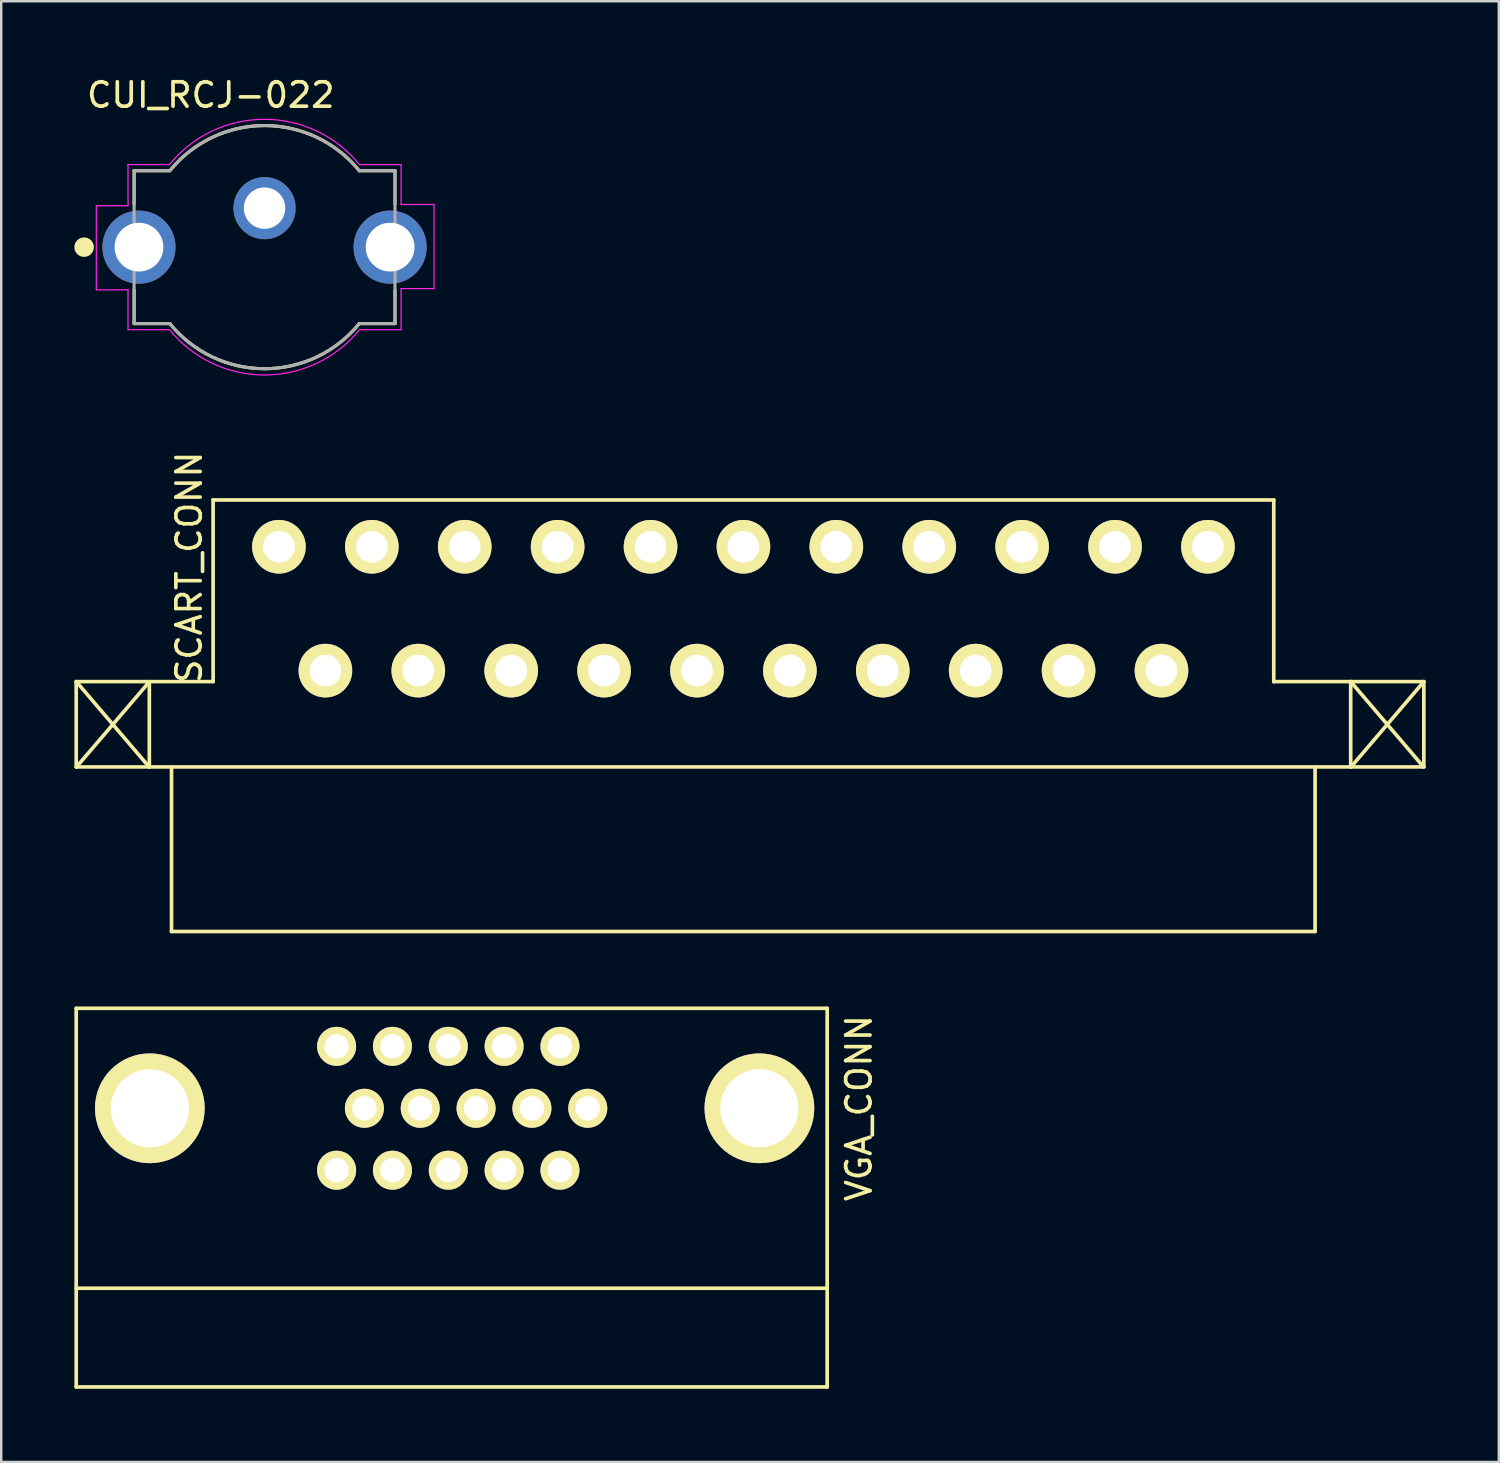
<source format=kicad_pcb>
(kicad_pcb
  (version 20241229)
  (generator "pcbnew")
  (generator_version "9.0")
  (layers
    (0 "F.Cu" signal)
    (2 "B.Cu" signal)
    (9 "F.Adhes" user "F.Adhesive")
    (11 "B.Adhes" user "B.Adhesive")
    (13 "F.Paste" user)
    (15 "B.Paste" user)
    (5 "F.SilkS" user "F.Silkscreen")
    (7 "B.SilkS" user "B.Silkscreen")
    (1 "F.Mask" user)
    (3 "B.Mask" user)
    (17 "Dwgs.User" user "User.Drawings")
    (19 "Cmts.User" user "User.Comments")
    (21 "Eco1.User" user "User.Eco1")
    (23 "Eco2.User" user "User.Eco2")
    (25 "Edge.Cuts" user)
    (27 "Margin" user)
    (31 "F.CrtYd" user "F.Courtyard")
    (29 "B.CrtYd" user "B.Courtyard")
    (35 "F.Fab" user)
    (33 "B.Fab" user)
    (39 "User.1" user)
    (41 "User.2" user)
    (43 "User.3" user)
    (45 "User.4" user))
  (footprint "CUI_RCJ-022"
    (layer "F.Cu")
    (at 7.8 7.086)
    (property "Reference" "CUI_RCJ-022" (at -2.206 -6.237 0) (layer "F.SilkS") (effects (font (size 1 1) (thickness 0.15))))
    (attr through_hole)
    (fp_line (start -5.35 -3.135) (end -5.35 -1.765) (stroke (width 0.127) (type solid)) (layer "F.SilkS"))
    (fp_line (start -5.35 1.765) (end -5.35 3.135) (stroke (width 0.127) (type solid)) (layer "F.SilkS"))
    (fp_line (start -3.884 -3.135) (end -5.35 -3.135) (stroke (width 0.127) (type solid)) (layer "F.SilkS"))
    (fp_line (start -3.884 3.135) (end -5.35 3.135) (stroke (width 0.127) (type solid)) (layer "F.SilkS"))
    (fp_line (start 5.35 -3.135) (end 3.884 -3.135) (stroke (width 0.127) (type solid)) (layer "F.SilkS"))
    (fp_line (start 5.35 -3.135) (end 5.35 -1.765) (stroke (width 0.127) (type solid)) (layer "F.SilkS"))
    (fp_line (start 5.35 1.765) (end 5.35 3.135) (stroke (width 0.127) (type solid)) (layer "F.SilkS"))
    (fp_line (start 5.35 3.135) (end 3.884 3.135) (stroke (width 0.127) (type solid)) (layer "F.SilkS"))
    (fp_arc (start -3.884 -3.135) (mid 0 -4.986221) (end 3.884 -3.135) (stroke (width 0.127) (type solid)) (layer "F.SilkS"))
    (fp_arc (start 3.884 3.135) (mid 0 4.986221) (end -3.884 3.135) (stroke (width 0.127) (type solid)) (layer "F.SilkS"))
    (fp_circle (center -7.4 0) (end -7.2 0) (stroke (width 0.4) (type solid)) (fill no) (layer "F.SilkS"))
    (fp_line (start -6.9 -1.7) (end -6.9 1.75) (stroke (width 0.05) (type solid)) (layer "F.CrtYd"))
    (fp_line (start -6.9 1.75) (end -5.6 1.75) (stroke (width 0.05) (type solid)) (layer "F.CrtYd"))
    (fp_line (start -5.6 -3.385) (end -5.605 -3.385) (stroke (width 0.05) (type solid)) (layer "F.CrtYd"))
    (fp_line (start -5.6 -3.385) (end -5.6 -1.7) (stroke (width 0.05) (type solid)) (layer "F.CrtYd"))
    (fp_line (start -5.6 -1.7) (end -6.9 -1.7) (stroke (width 0.05) (type solid)) (layer "F.CrtYd"))
    (fp_line (start -5.6 1.75) (end -5.6 3.385) (stroke (width 0.05) (type solid)) (layer "F.CrtYd"))
    (fp_line (start -3.903 -3.385) (end -5.6 -3.385) (stroke (width 0.05) (type solid)) (layer "F.CrtYd"))
    (fp_line (start -3.901 3.385) (end -5.6 3.385) (stroke (width 0.05) (type solid)) (layer "F.CrtYd"))
    (fp_line (start 5.6 -3.385) (end 3.895 -3.385) (stroke (width 0.05) (type solid)) (layer "F.CrtYd"))
    (fp_line (start 5.6 -1.75) (end 5.6 -3.385) (stroke (width 0.05) (type solid)) (layer "F.CrtYd"))
    (fp_line (start 5.6 -1.75) (end 6.95 -1.75) (stroke (width 0.05) (type solid)) (layer "F.CrtYd"))
    (fp_line (start 5.6 3.385) (end 3.904 3.385) (stroke (width 0.05) (type solid)) (layer "F.CrtYd"))
    (fp_line (start 5.6 3.385) (end 5.6 1.7) (stroke (width 0.05) (type solid)) (layer "F.CrtYd"))
    (fp_line (start 6.95 -1.75) (end 6.95 1.7) (stroke (width 0.05) (type solid)) (layer "F.CrtYd"))
    (fp_line (start 6.95 1.7) (end 5.6 1.7) (stroke (width 0.05) (type solid)) (layer "F.CrtYd"))
    (fp_arc (start -3.903 -3.384999) (mid -0.004 -5.24337) (end 3.895 -3.385) (stroke (width 0.05) (type solid)) (layer "F.CrtYd"))
    (fp_arc (start 3.897 3.384999) (mid -0.002 5.24337) (end -3.901 3.385) (stroke (width 0.05) (type solid)) (layer "F.CrtYd"))
    (fp_line (start -5.35 -3.135) (end -5.35 3.135) (stroke (width 0.127) (type solid)) (layer "F.Fab"))
    (fp_line (start -3.884 -3.135) (end -5.35 -3.135) (stroke (width 0.127) (type solid)) (layer "F.Fab"))
    (fp_line (start -3.884 3.135) (end -5.35 3.135) (stroke (width 0.127) (type solid)) (layer "F.Fab"))
    (fp_line (start 5.35 -3.135) (end 3.884 -3.135) (stroke (width 0.127) (type solid)) (layer "F.Fab"))
    (fp_line (start 5.35 3.135) (end 3.884 3.135) (stroke (width 0.127) (type solid)) (layer "F.Fab"))
    (fp_line (start 5.35 3.135) (end 5.35 -3.135) (stroke (width 0.127) (type solid)) (layer "F.Fab"))
    (fp_arc (start -3.884 -3.135) (mid 0 -4.986221) (end 3.884 -3.135) (stroke (width 0.127) (type solid)) (layer "F.Fab"))
    (fp_arc (start 3.884 3.135) (mid 0 4.986221) (end -3.884 3.135) (stroke (width 0.127) (type solid)) (layer "F.Fab"))
    (pad "1" thru_hole circle (at 0 -1.6) (size 2.55 2.55) (drill 1.7) (layers "*.Cu" "*.Mask"))
    (pad "2" thru_hole circle (at -5.15 0) (size 3 3) (drill 2) (layers "*.Cu" "*.Mask"))
    (pad "2" thru_hole circle (at 5.15 0) (size 3 3) (drill 2) (layers "*.Cu" "*.Mask")))
  (footprint "SCART_CONN"
    (layer "F.Cu")
    (at 44.585 24.454)
    (property "Reference" "SCART_CONN" (at -39.878 -4.237 90) (layer "F.SilkS") (effects (font (size 1 1) (thickness 0.15))))
    (attr through_hole)
    (fp_line (start -44.51 3.95) (end -44.51 0.45) (stroke (width 0.15) (type solid)) (layer "F.SilkS"))
    (fp_line (start -44.499 0.46) (end -41.527 3.94) (stroke (width 0.15) (type solid)) (layer "F.SilkS"))
    (fp_line (start -44.492 3.942) (end -41.525 0.475) (stroke (width 0.15) (type solid)) (layer "F.SilkS"))
    (fp_line (start -41.51 3.95) (end -41.51 0.45) (stroke (width 0.15) (type solid)) (layer "F.SilkS"))
    (fp_line (start -40.6 10.7) (end -40.6 3.95) (stroke (width 0.15) (type solid)) (layer "F.SilkS"))
    (fp_line (start -38.895 -7) (end 4.605 -7) (stroke (width 0.15) (type solid)) (layer "F.SilkS"))
    (fp_line (start -38.895 0.45) (end -44.51 0.45) (stroke (width 0.15) (type solid)) (layer "F.SilkS"))
    (fp_line (start -38.895 0.45) (end -38.895 -7) (stroke (width 0.15) (type solid)) (layer "F.SilkS"))
    (fp_line (start 4.605 -7) (end 4.605 0.45) (stroke (width 0.15) (type solid)) (layer "F.SilkS"))
    (fp_line (start 4.605 0.45) (end 10.76 0.45) (stroke (width 0.15) (type solid)) (layer "F.SilkS"))
    (fp_line (start 6.3 10.7) (end -40.6 10.7) (stroke (width 0.15) (type solid)) (layer "F.SilkS"))
    (fp_line (start 6.3 10.7) (end 6.3 3.95) (stroke (width 0.15) (type solid)) (layer "F.SilkS"))
    (fp_line (start 7.76 0.452) (end 10.747 3.945) (stroke (width 0.15) (type solid)) (layer "F.SilkS"))
    (fp_line (start 7.76 0.45) (end 7.76 3.95) (stroke (width 0.15) (type solid)) (layer "F.SilkS"))
    (fp_line (start 7.767 3.957) (end 10.757 0.455) (stroke (width 0.15) (type solid)) (layer "F.SilkS"))
    (fp_line (start 10.76 0.45) (end 10.76 3.95) (stroke (width 0.15) (type solid)) (layer "F.SilkS"))
    (fp_line (start 10.76 3.95) (end -44.51 3.95) (stroke (width 0.15) (type solid)) (layer "F.SilkS"))
    (pad "1" thru_hole circle (at 1.905 -5.08) (size 2.2 2.2) (drill 1.3) (layers "*.Cu" "*.Mask" "F.SilkS"))
    (pad "2" thru_hole circle (at 0 0) (size 2.2 2.2) (drill 1.3) (layers "*.Cu" "*.Mask" "F.SilkS"))
    (pad "3" thru_hole circle (at -1.905 -5.08) (size 2.2 2.2) (drill 1.3) (layers "*.Cu" "*.Mask" "F.SilkS"))
    (pad "4" thru_hole circle (at -3.81 0) (size 2.2 2.2) (drill 1.3) (layers "*.Cu" "*.Mask" "F.SilkS"))
    (pad "5" thru_hole circle (at -5.715 -5.08) (size 2.2 2.2) (drill 1.3) (layers "*.Cu" "*.Mask" "F.SilkS"))
    (pad "6" thru_hole circle (at -7.62 0) (size 2.2 2.2) (drill 1.3) (layers "*.Cu" "*.Mask" "F.SilkS"))
    (pad "7" thru_hole circle (at -9.525 -5.08) (size 2.2 2.2) (drill 1.3) (layers "*.Cu" "*.Mask" "F.SilkS"))
    (pad "8" thru_hole circle (at -11.43 0) (size 2.2 2.2) (drill 1.3) (layers "*.Cu" "*.Mask" "F.SilkS"))
    (pad "9" thru_hole circle (at -13.335 -5.08) (size 2.2 2.2) (drill 1.3) (layers "*.Cu" "*.Mask" "F.SilkS"))
    (pad "10" thru_hole circle (at -15.24 0) (size 2.2 2.2) (drill 1.3) (layers "*.Cu" "*.Mask" "F.SilkS"))
    (pad "11" thru_hole circle (at -17.145 -5.08) (size 2.2 2.2) (drill 1.3) (layers "*.Cu" "*.Mask" "F.SilkS"))
    (pad "12" thru_hole circle (at -19.05 0) (size 2.2 2.2) (drill 1.3) (layers "*.Cu" "*.Mask" "F.SilkS"))
    (pad "13" thru_hole circle (at -20.955 -5.08) (size 2.2 2.2) (drill 1.3) (layers "*.Cu" "*.Mask" "F.SilkS"))
    (pad "14" thru_hole circle (at -22.86 0) (size 2.2 2.2) (drill 1.3) (layers "*.Cu" "*.Mask" "F.SilkS"))
    (pad "15" thru_hole circle (at -24.765 -5.08) (size 2.2 2.2) (drill 1.3) (layers "*.Cu" "*.Mask" "F.SilkS"))
    (pad "16" thru_hole circle (at -26.67 0) (size 2.2 2.2) (drill 1.3) (layers "*.Cu" "*.Mask" "F.SilkS"))
    (pad "17" thru_hole circle (at -28.575 -5.08) (size 2.2 2.2) (drill 1.3) (layers "*.Cu" "*.Mask" "F.SilkS"))
    (pad "18" thru_hole circle (at -30.48 0) (size 2.2 2.2) (drill 1.3) (layers "*.Cu" "*.Mask" "F.SilkS"))
    (pad "19" thru_hole circle (at -32.385 -5.08) (size 2.2 2.2) (drill 1.3) (layers "*.Cu" "*.Mask" "F.SilkS"))
    (pad "20" thru_hole circle (at -34.29 0) (size 2.2 2.2) (drill 1.3) (layers "*.Cu" "*.Mask" "F.SilkS"))
    (pad "21" thru_hole circle (at -36.195 -5.08) (size 2.2 2.2) (drill 1.3) (layers "*.Cu" "*.Mask" "F.SilkS")))
  (footprint "VGA_CONN"
    (layer "F.Cu")
    (at 16.475 42.404)
    (property "Reference" "VGA_CONN" (at 15.702 -0.005 90) (layer "F.SilkS") (effects (font (size 1 1) (thickness 0.15))))
    (attr through_hole)
    (fp_line (start -16.4 11.43) (end -16.4 -4.1) (stroke (width 0.15) (type solid)) (layer "F.SilkS"))
    (fp_line (start 14.4 -4.1) (end -16.4 -4.1) (stroke (width 0.15) (type solid)) (layer "F.SilkS"))
    (fp_line (start 14.4 -4.1) (end 14.4 11.43) (stroke (width 0.15) (type solid)) (layer "F.SilkS"))
    (fp_line (start 14.4 7.38) (end -16.4 7.38) (stroke (width 0.15) (type solid)) (layer "F.SilkS"))
    (fp_line (start 14.4 11.43) (end -16.4 11.43) (stroke (width 0.15) (type solid)) (layer "F.SilkS"))
    (pad "1" thru_hole circle (at 3.44 -2.54) (size 1.6 1.6) (drill 1) (layers "*.Cu" "*.Mask" "F.SilkS"))
    (pad "2" thru_hole circle (at 1.15 -2.54) (size 1.6 1.6) (drill 1) (layers "*.Cu" "*.Mask" "F.SilkS"))
    (pad "3" thru_hole circle (at -1.14 -2.54) (size 1.6 1.6) (drill 1) (layers "*.Cu" "*.Mask" "F.SilkS"))
    (pad "4" thru_hole circle (at -3.43 -2.54) (size 1.6 1.6) (drill 1) (layers "*.Cu" "*.Mask" "F.SilkS"))
    (pad "5" thru_hole circle (at -5.72 -2.54) (size 1.6 1.6) (drill 1) (layers "*.Cu" "*.Mask" "F.SilkS"))
    (pad "6" thru_hole circle (at 4.58 0) (size 1.6 1.6) (drill 1) (layers "*.Cu" "*.Mask" "F.SilkS"))
    (pad "7" thru_hole circle (at 2.29 0) (size 1.6 1.6) (drill 1) (layers "*.Cu" "*.Mask" "F.SilkS"))
    (pad "8" thru_hole circle (at 0 0) (size 1.6 1.6) (drill 1) (layers "*.Cu" "*.Mask" "F.SilkS"))
    (pad "9" thru_hole circle (at -2.29 0) (size 1.6 1.6) (drill 1) (layers "*.Cu" "*.Mask" "F.SilkS"))
    (pad "10" thru_hole circle (at -13.38 0) (size 4.5 4.5) (drill 3.2) (layers "*.Cu" "*.Mask" "F.SilkS"))
    (pad "10" thru_hole circle (at -4.58 0) (size 1.6 1.6) (drill 1) (layers "*.Cu" "*.Mask" "F.SilkS"))
    (pad "10" thru_hole circle (at 11.62 0) (size 4.5 4.5) (drill 3.2) (layers "*.Cu" "*.Mask" "F.SilkS"))
    (pad "11" thru_hole circle (at 3.44 2.54) (size 1.6 1.6) (drill 1) (layers "*.Cu" "*.Mask" "F.SilkS"))
    (pad "12" thru_hole circle (at 1.15 2.54) (size 1.6 1.6) (drill 1) (layers "*.Cu" "*.Mask" "F.SilkS"))
    (pad "13" thru_hole circle (at -1.14 2.54) (size 1.6 1.6) (drill 1) (layers "*.Cu" "*.Mask" "F.SilkS"))
    (pad "14" thru_hole circle (at -3.43 2.54) (size 1.6 1.6) (drill 1) (layers "*.Cu" "*.Mask" "F.SilkS"))
    (pad "15" thru_hole circle (at -5.72 2.54) (size 1.6 1.6) (drill 1) (layers "*.Cu" "*.Mask" "F.SilkS")))
  (gr_rect
    (start -3 -3)
    (end 58.42 56.909)
    (stroke (width 0.1) (type default))
    (fill no)
    (layer "Edge.Cuts")))
</source>
